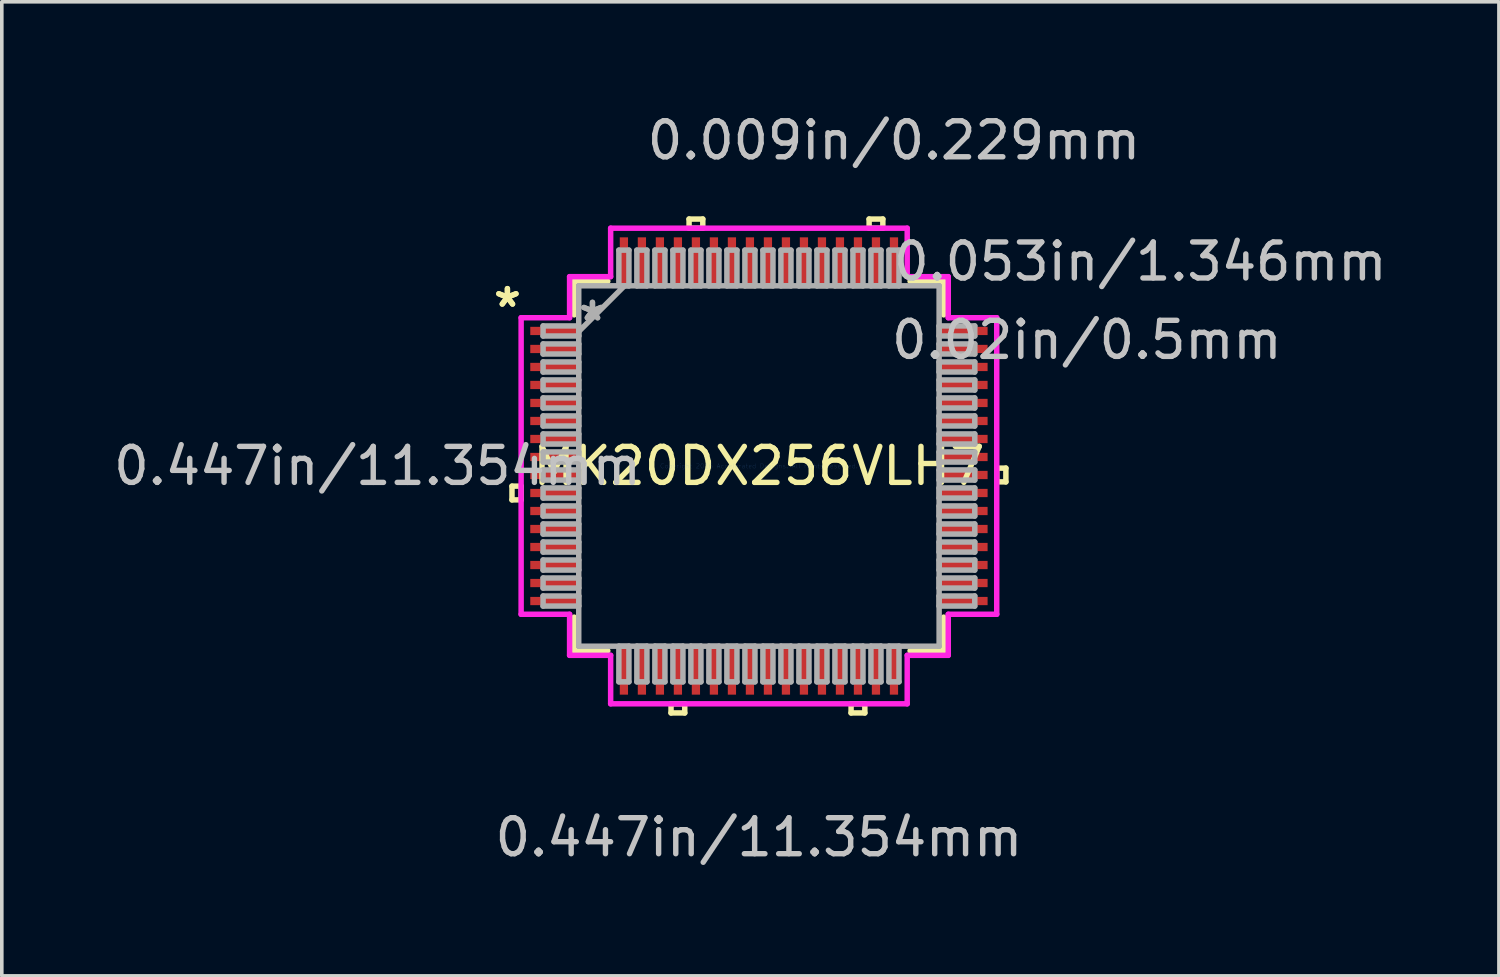
<source format=kicad_pcb>
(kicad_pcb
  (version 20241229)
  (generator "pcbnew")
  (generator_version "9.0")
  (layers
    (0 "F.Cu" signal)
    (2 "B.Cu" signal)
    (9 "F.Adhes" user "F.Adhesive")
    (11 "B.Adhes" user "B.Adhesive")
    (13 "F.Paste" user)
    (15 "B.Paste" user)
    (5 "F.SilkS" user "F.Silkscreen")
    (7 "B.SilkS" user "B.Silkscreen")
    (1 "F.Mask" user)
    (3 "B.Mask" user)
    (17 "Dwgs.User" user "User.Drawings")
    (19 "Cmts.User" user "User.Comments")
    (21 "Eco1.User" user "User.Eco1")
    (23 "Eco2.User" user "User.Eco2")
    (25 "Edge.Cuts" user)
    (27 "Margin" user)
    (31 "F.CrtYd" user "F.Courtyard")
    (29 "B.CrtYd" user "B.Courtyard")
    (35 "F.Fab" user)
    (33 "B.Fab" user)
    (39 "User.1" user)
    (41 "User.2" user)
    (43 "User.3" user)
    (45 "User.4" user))
  (footprint "MK20DX256VLH7"
    (layer "F.Cu")
    (at 18.026 9.891)
    (property "Reference" "MK20DX256VLH7" (at 0 0 0) (layer "F.SilkS") (effects (font (size 1 1) (thickness 0.15))))
    (attr through_hole)
    (fp_line (start -6.858 0.56) (end -6.858 0.941) (stroke (width 0.152) (type solid)) (layer "F.SilkS"))
    (fp_line (start -6.858 0.941) (end -6.604 0.941) (stroke (width 0.152) (type solid)) (layer "F.SilkS"))
    (fp_line (start -6.604 0.56) (end -6.858 0.56) (stroke (width 0.152) (type solid)) (layer "F.SilkS"))
    (fp_line (start -6.604 0.941) (end -6.604 0.56) (stroke (width 0.152) (type solid)) (layer "F.SilkS"))
    (fp_line (start -5.131 -5.131) (end -5.131 -4.197) (stroke (width 0.152) (type solid)) (layer "F.SilkS"))
    (fp_line (start -5.131 4.197) (end -5.131 5.131) (stroke (width 0.152) (type solid)) (layer "F.SilkS"))
    (fp_line (start -5.131 5.131) (end -4.197 5.131) (stroke (width 0.152) (type solid)) (layer "F.SilkS"))
    (fp_line (start -4.197 -5.131) (end -5.131 -5.131) (stroke (width 0.152) (type solid)) (layer "F.SilkS"))
    (fp_line (start -2.441 6.604) (end -2.441 6.858) (stroke (width 0.152) (type solid)) (layer "F.SilkS"))
    (fp_line (start -2.441 6.858) (end -2.06 6.858) (stroke (width 0.152) (type solid)) (layer "F.SilkS"))
    (fp_line (start -2.06 6.604) (end -2.441 6.604) (stroke (width 0.152) (type solid)) (layer "F.SilkS"))
    (fp_line (start -2.06 6.858) (end -2.06 6.604) (stroke (width 0.152) (type solid)) (layer "F.SilkS"))
    (fp_line (start -1.94 -6.858) (end -1.559 -6.858) (stroke (width 0.152) (type solid)) (layer "F.SilkS"))
    (fp_line (start -1.94 -6.604) (end -1.94 -6.858) (stroke (width 0.152) (type solid)) (layer "F.SilkS"))
    (fp_line (start -1.559 -6.858) (end -1.559 -6.604) (stroke (width 0.152) (type solid)) (layer "F.SilkS"))
    (fp_line (start -1.559 -6.604) (end -1.94 -6.604) (stroke (width 0.152) (type solid)) (layer "F.SilkS"))
    (fp_line (start 2.559 6.604) (end 2.559 6.858) (stroke (width 0.152) (type solid)) (layer "F.SilkS"))
    (fp_line (start 2.559 6.858) (end 2.941 6.858) (stroke (width 0.152) (type solid)) (layer "F.SilkS"))
    (fp_line (start 2.941 6.604) (end 2.559 6.604) (stroke (width 0.152) (type solid)) (layer "F.SilkS"))
    (fp_line (start 2.941 6.858) (end 2.941 6.604) (stroke (width 0.152) (type solid)) (layer "F.SilkS"))
    (fp_line (start 3.06 -6.858) (end 3.441 -6.858) (stroke (width 0.152) (type solid)) (layer "F.SilkS"))
    (fp_line (start 3.06 -6.604) (end 3.06 -6.858) (stroke (width 0.152) (type solid)) (layer "F.SilkS"))
    (fp_line (start 3.441 -6.858) (end 3.441 -6.604) (stroke (width 0.152) (type solid)) (layer "F.SilkS"))
    (fp_line (start 3.441 -6.604) (end 3.06 -6.604) (stroke (width 0.152) (type solid)) (layer "F.SilkS"))
    (fp_line (start 4.197 5.131) (end 5.131 5.131) (stroke (width 0.152) (type solid)) (layer "F.SilkS"))
    (fp_line (start 5.131 -5.131) (end 4.197 -5.131) (stroke (width 0.152) (type solid)) (layer "F.SilkS"))
    (fp_line (start 5.131 -4.197) (end 5.131 -5.131) (stroke (width 0.152) (type solid)) (layer "F.SilkS"))
    (fp_line (start 5.131 5.131) (end 5.131 4.197) (stroke (width 0.152) (type solid)) (layer "F.SilkS"))
    (fp_line (start 6.604 0.059) (end 6.858 0.059) (stroke (width 0.152) (type solid)) (layer "F.SilkS"))
    (fp_line (start 6.604 0.441) (end 6.604 0.059) (stroke (width 0.152) (type solid)) (layer "F.SilkS"))
    (fp_line (start 6.858 0.059) (end 6.858 0.441) (stroke (width 0.152) (type solid)) (layer "F.SilkS"))
    (fp_line (start 6.858 0.441) (end 6.604 0.441) (stroke (width 0.152) (type solid)) (layer "F.SilkS"))
    (fp_line (start -6.604 -4.118) (end -5.258 -4.118) (stroke (width 0.152) (type solid)) (layer "F.CrtYd"))
    (fp_line (start -6.604 4.118) (end -6.604 -4.118) (stroke (width 0.152) (type solid)) (layer "F.CrtYd"))
    (fp_line (start -5.258 -5.258) (end -4.118 -5.258) (stroke (width 0.152) (type solid)) (layer "F.CrtYd"))
    (fp_line (start -5.258 -4.118) (end -5.258 -5.258) (stroke (width 0.152) (type solid)) (layer "F.CrtYd"))
    (fp_line (start -5.258 4.118) (end -6.604 4.118) (stroke (width 0.152) (type solid)) (layer "F.CrtYd"))
    (fp_line (start -5.258 5.258) (end -5.258 4.118) (stroke (width 0.152) (type solid)) (layer "F.CrtYd"))
    (fp_line (start -4.118 -6.604) (end 4.118 -6.604) (stroke (width 0.152) (type solid)) (layer "F.CrtYd"))
    (fp_line (start -4.118 -5.258) (end -4.118 -6.604) (stroke (width 0.152) (type solid)) (layer "F.CrtYd"))
    (fp_line (start -4.118 5.258) (end -5.258 5.258) (stroke (width 0.152) (type solid)) (layer "F.CrtYd"))
    (fp_line (start -4.118 6.604) (end -4.118 5.258) (stroke (width 0.152) (type solid)) (layer "F.CrtYd"))
    (fp_line (start 4.118 -6.604) (end 4.118 -5.258) (stroke (width 0.152) (type solid)) (layer "F.CrtYd"))
    (fp_line (start 4.118 -5.258) (end 5.258 -5.258) (stroke (width 0.152) (type solid)) (layer "F.CrtYd"))
    (fp_line (start 4.118 5.258) (end 4.118 6.604) (stroke (width 0.152) (type solid)) (layer "F.CrtYd"))
    (fp_line (start 4.118 6.604) (end -4.118 6.604) (stroke (width 0.152) (type solid)) (layer "F.CrtYd"))
    (fp_line (start 5.258 -5.258) (end 5.258 -4.118) (stroke (width 0.152) (type solid)) (layer "F.CrtYd"))
    (fp_line (start 5.258 -4.118) (end 6.604 -4.118) (stroke (width 0.152) (type solid)) (layer "F.CrtYd"))
    (fp_line (start 5.258 4.118) (end 5.258 5.258) (stroke (width 0.152) (type solid)) (layer "F.CrtYd"))
    (fp_line (start 5.258 5.258) (end 4.118 5.258) (stroke (width 0.152) (type solid)) (layer "F.CrtYd"))
    (fp_line (start 6.604 -4.118) (end 6.604 4.118) (stroke (width 0.152) (type solid)) (layer "F.CrtYd"))
    (fp_line (start 6.604 4.118) (end 5.258 4.118) (stroke (width 0.152) (type solid)) (layer "F.CrtYd"))
    (fp_line (start -5.994 -3.89) (end -5.994 -3.61) (stroke (width 0.152) (type solid)) (layer "F.Fab"))
    (fp_line (start -5.994 -3.61) (end -5.004 -3.61) (stroke (width 0.152) (type solid)) (layer "F.Fab"))
    (fp_line (start -5.994 -3.39) (end -5.994 -3.11) (stroke (width 0.152) (type solid)) (layer "F.Fab"))
    (fp_line (start -5.994 -3.11) (end -5.004 -3.11) (stroke (width 0.152) (type solid)) (layer "F.Fab"))
    (fp_line (start -5.994 -2.89) (end -5.994 -2.61) (stroke (width 0.152) (type solid)) (layer "F.Fab"))
    (fp_line (start -5.994 -2.61) (end -5.004 -2.61) (stroke (width 0.152) (type solid)) (layer "F.Fab"))
    (fp_line (start -5.994 -2.39) (end -5.994 -2.11) (stroke (width 0.152) (type solid)) (layer "F.Fab"))
    (fp_line (start -5.994 -2.11) (end -5.004 -2.11) (stroke (width 0.152) (type solid)) (layer "F.Fab"))
    (fp_line (start -5.994 -1.89) (end -5.994 -1.61) (stroke (width 0.152) (type solid)) (layer "F.Fab"))
    (fp_line (start -5.994 -1.61) (end -5.004 -1.61) (stroke (width 0.152) (type solid)) (layer "F.Fab"))
    (fp_line (start -5.994 -1.39) (end -5.994 -1.11) (stroke (width 0.152) (type solid)) (layer "F.Fab"))
    (fp_line (start -5.994 -1.11) (end -5.004 -1.11) (stroke (width 0.152) (type solid)) (layer "F.Fab"))
    (fp_line (start -5.994 -0.89) (end -5.994 -0.61) (stroke (width 0.152) (type solid)) (layer "F.Fab"))
    (fp_line (start -5.994 -0.61) (end -5.004 -0.61) (stroke (width 0.152) (type solid)) (layer "F.Fab"))
    (fp_line (start -5.994 -0.39) (end -5.994 -0.11) (stroke (width 0.152) (type solid)) (layer "F.Fab"))
    (fp_line (start -5.994 -0.11) (end -5.004 -0.11) (stroke (width 0.152) (type solid)) (layer "F.Fab"))
    (fp_line (start -5.994 0.11) (end -5.994 0.39) (stroke (width 0.152) (type solid)) (layer "F.Fab"))
    (fp_line (start -5.994 0.39) (end -5.004 0.39) (stroke (width 0.152) (type solid)) (layer "F.Fab"))
    (fp_line (start -5.994 0.61) (end -5.994 0.89) (stroke (width 0.152) (type solid)) (layer "F.Fab"))
    (fp_line (start -5.994 0.89) (end -5.004 0.89) (stroke (width 0.152) (type solid)) (layer "F.Fab"))
    (fp_line (start -5.994 1.11) (end -5.994 1.39) (stroke (width 0.152) (type solid)) (layer "F.Fab"))
    (fp_line (start -5.994 1.39) (end -5.004 1.39) (stroke (width 0.152) (type solid)) (layer "F.Fab"))
    (fp_line (start -5.994 1.61) (end -5.994 1.89) (stroke (width 0.152) (type solid)) (layer "F.Fab"))
    (fp_line (start -5.994 1.89) (end -5.004 1.89) (stroke (width 0.152) (type solid)) (layer "F.Fab"))
    (fp_line (start -5.994 2.11) (end -5.994 2.39) (stroke (width 0.152) (type solid)) (layer "F.Fab"))
    (fp_line (start -5.994 2.39) (end -5.004 2.39) (stroke (width 0.152) (type solid)) (layer "F.Fab"))
    (fp_line (start -5.994 2.61) (end -5.994 2.89) (stroke (width 0.152) (type solid)) (layer "F.Fab"))
    (fp_line (start -5.994 2.89) (end -5.004 2.89) (stroke (width 0.152) (type solid)) (layer "F.Fab"))
    (fp_line (start -5.994 3.11) (end -5.994 3.39) (stroke (width 0.152) (type solid)) (layer "F.Fab"))
    (fp_line (start -5.994 3.39) (end -5.004 3.39) (stroke (width 0.152) (type solid)) (layer "F.Fab"))
    (fp_line (start -5.994 3.61) (end -5.994 3.89) (stroke (width 0.152) (type solid)) (layer "F.Fab"))
    (fp_line (start -5.994 3.89) (end -5.004 3.89) (stroke (width 0.152) (type solid)) (layer "F.Fab"))
    (fp_line (start -5.004 -5.004) (end -5.004 -5.004) (stroke (width 0.152) (type solid)) (layer "F.Fab"))
    (fp_line (start -5.004 -5.004) (end -5.004 5.004) (stroke (width 0.152) (type solid)) (layer "F.Fab"))
    (fp_line (start -5.004 -3.89) (end -5.994 -3.89) (stroke (width 0.152) (type solid)) (layer "F.Fab"))
    (fp_line (start -5.004 -3.734) (end -3.734 -5.004) (stroke (width 0.152) (type solid)) (layer "F.Fab"))
    (fp_line (start -5.004 -3.61) (end -5.004 -3.89) (stroke (width 0.152) (type solid)) (layer "F.Fab"))
    (fp_line (start -5.004 -3.39) (end -5.994 -3.39) (stroke (width 0.152) (type solid)) (layer "F.Fab"))
    (fp_line (start -5.004 -3.11) (end -5.004 -3.39) (stroke (width 0.152) (type solid)) (layer "F.Fab"))
    (fp_line (start -5.004 -2.89) (end -5.994 -2.89) (stroke (width 0.152) (type solid)) (layer "F.Fab"))
    (fp_line (start -5.004 -2.61) (end -5.004 -2.89) (stroke (width 0.152) (type solid)) (layer "F.Fab"))
    (fp_line (start -5.004 -2.39) (end -5.994 -2.39) (stroke (width 0.152) (type solid)) (layer "F.Fab"))
    (fp_line (start -5.004 -2.11) (end -5.004 -2.39) (stroke (width 0.152) (type solid)) (layer "F.Fab"))
    (fp_line (start -5.004 -1.89) (end -5.994 -1.89) (stroke (width 0.152) (type solid)) (layer "F.Fab"))
    (fp_line (start -5.004 -1.61) (end -5.004 -1.89) (stroke (width 0.152) (type solid)) (layer "F.Fab"))
    (fp_line (start -5.004 -1.39) (end -5.994 -1.39) (stroke (width 0.152) (type solid)) (layer "F.Fab"))
    (fp_line (start -5.004 -1.11) (end -5.004 -1.39) (stroke (width 0.152) (type solid)) (layer "F.Fab"))
    (fp_line (start -5.004 -0.89) (end -5.994 -0.89) (stroke (width 0.152) (type solid)) (layer "F.Fab"))
    (fp_line (start -5.004 -0.61) (end -5.004 -0.89) (stroke (width 0.152) (type solid)) (layer "F.Fab"))
    (fp_line (start -5.004 -0.39) (end -5.994 -0.39) (stroke (width 0.152) (type solid)) (layer "F.Fab"))
    (fp_line (start -5.004 -0.11) (end -5.004 -0.39) (stroke (width 0.152) (type solid)) (layer "F.Fab"))
    (fp_line (start -5.004 0.11) (end -5.994 0.11) (stroke (width 0.152) (type solid)) (layer "F.Fab"))
    (fp_line (start -5.004 0.39) (end -5.004 0.11) (stroke (width 0.152) (type solid)) (layer "F.Fab"))
    (fp_line (start -5.004 0.61) (end -5.994 0.61) (stroke (width 0.152) (type solid)) (layer "F.Fab"))
    (fp_line (start -5.004 0.89) (end -5.004 0.61) (stroke (width 0.152) (type solid)) (layer "F.Fab"))
    (fp_line (start -5.004 1.11) (end -5.994 1.11) (stroke (width 0.152) (type solid)) (layer "F.Fab"))
    (fp_line (start -5.004 1.39) (end -5.004 1.11) (stroke (width 0.152) (type solid)) (layer "F.Fab"))
    (fp_line (start -5.004 1.61) (end -5.994 1.61) (stroke (width 0.152) (type solid)) (layer "F.Fab"))
    (fp_line (start -5.004 1.89) (end -5.004 1.61) (stroke (width 0.152) (type solid)) (layer "F.Fab"))
    (fp_line (start -5.004 2.11) (end -5.994 2.11) (stroke (width 0.152) (type solid)) (layer "F.Fab"))
    (fp_line (start -5.004 2.39) (end -5.004 2.11) (stroke (width 0.152) (type solid)) (layer "F.Fab"))
    (fp_line (start -5.004 2.61) (end -5.994 2.61) (stroke (width 0.152) (type solid)) (layer "F.Fab"))
    (fp_line (start -5.004 2.89) (end -5.004 2.61) (stroke (width 0.152) (type solid)) (layer "F.Fab"))
    (fp_line (start -5.004 3.11) (end -5.994 3.11) (stroke (width 0.152) (type solid)) (layer "F.Fab"))
    (fp_line (start -5.004 3.39) (end -5.004 3.11) (stroke (width 0.152) (type solid)) (layer "F.Fab"))
    (fp_line (start -5.004 3.61) (end -5.994 3.61) (stroke (width 0.152) (type solid)) (layer "F.Fab"))
    (fp_line (start -5.004 3.89) (end -5.004 3.61) (stroke (width 0.152) (type solid)) (layer "F.Fab"))
    (fp_line (start -5.004 5.004) (end -5.004 5.004) (stroke (width 0.152) (type solid)) (layer "F.Fab"))
    (fp_line (start -5.004 5.004) (end 5.004 5.004) (stroke (width 0.152) (type solid)) (layer "F.Fab"))
    (fp_line (start -3.89 -5.994) (end -3.89 -5.004) (stroke (width 0.152) (type solid)) (layer "F.Fab"))
    (fp_line (start -3.89 -5.004) (end -3.61 -5.004) (stroke (width 0.152) (type solid)) (layer "F.Fab"))
    (fp_line (start -3.89 5.004) (end -3.89 5.994) (stroke (width 0.152) (type solid)) (layer "F.Fab"))
    (fp_line (start -3.89 5.994) (end -3.61 5.994) (stroke (width 0.152) (type solid)) (layer "F.Fab"))
    (fp_line (start -3.61 -5.994) (end -3.89 -5.994) (stroke (width 0.152) (type solid)) (layer "F.Fab"))
    (fp_line (start -3.61 -5.004) (end -3.61 -5.994) (stroke (width 0.152) (type solid)) (layer "F.Fab"))
    (fp_line (start -3.61 5.004) (end -3.89 5.004) (stroke (width 0.152) (type solid)) (layer "F.Fab"))
    (fp_line (start -3.61 5.994) (end -3.61 5.004) (stroke (width 0.152) (type solid)) (layer "F.Fab"))
    (fp_line (start -3.39 -5.994) (end -3.39 -5.004) (stroke (width 0.152) (type solid)) (layer "F.Fab"))
    (fp_line (start -3.39 -5.004) (end -3.11 -5.004) (stroke (width 0.152) (type solid)) (layer "F.Fab"))
    (fp_line (start -3.39 5.004) (end -3.39 5.994) (stroke (width 0.152) (type solid)) (layer "F.Fab"))
    (fp_line (start -3.39 5.994) (end -3.11 5.994) (stroke (width 0.152) (type solid)) (layer "F.Fab"))
    (fp_line (start -3.11 -5.994) (end -3.39 -5.994) (stroke (width 0.152) (type solid)) (layer "F.Fab"))
    (fp_line (start -3.11 -5.004) (end -3.11 -5.994) (stroke (width 0.152) (type solid)) (layer "F.Fab"))
    (fp_line (start -3.11 5.004) (end -3.39 5.004) (stroke (width 0.152) (type solid)) (layer "F.Fab"))
    (fp_line (start -3.11 5.994) (end -3.11 5.004) (stroke (width 0.152) (type solid)) (layer "F.Fab"))
    (fp_line (start -2.89 -5.994) (end -2.89 -5.004) (stroke (width 0.152) (type solid)) (layer "F.Fab"))
    (fp_line (start -2.89 -5.004) (end -2.61 -5.004) (stroke (width 0.152) (type solid)) (layer "F.Fab"))
    (fp_line (start -2.89 5.004) (end -2.89 5.994) (stroke (width 0.152) (type solid)) (layer "F.Fab"))
    (fp_line (start -2.89 5.994) (end -2.61 5.994) (stroke (width 0.152) (type solid)) (layer "F.Fab"))
    (fp_line (start -2.61 -5.994) (end -2.89 -5.994) (stroke (width 0.152) (type solid)) (layer "F.Fab"))
    (fp_line (start -2.61 -5.004) (end -2.61 -5.994) (stroke (width 0.152) (type solid)) (layer "F.Fab"))
    (fp_line (start -2.61 5.004) (end -2.89 5.004) (stroke (width 0.152) (type solid)) (layer "F.Fab"))
    (fp_line (start -2.61 5.994) (end -2.61 5.004) (stroke (width 0.152) (type solid)) (layer "F.Fab"))
    (fp_line (start -2.39 -5.994) (end -2.39 -5.004) (stroke (width 0.152) (type solid)) (layer "F.Fab"))
    (fp_line (start -2.39 -5.004) (end -2.11 -5.004) (stroke (width 0.152) (type solid)) (layer "F.Fab"))
    (fp_line (start -2.39 5.004) (end -2.39 5.994) (stroke (width 0.152) (type solid)) (layer "F.Fab"))
    (fp_line (start -2.39 5.994) (end -2.11 5.994) (stroke (width 0.152) (type solid)) (layer "F.Fab"))
    (fp_line (start -2.11 -5.994) (end -2.39 -5.994) (stroke (width 0.152) (type solid)) (layer "F.Fab"))
    (fp_line (start -2.11 -5.004) (end -2.11 -5.994) (stroke (width 0.152) (type solid)) (layer "F.Fab"))
    (fp_line (start -2.11 5.004) (end -2.39 5.004) (stroke (width 0.152) (type solid)) (layer "F.Fab"))
    (fp_line (start -2.11 5.994) (end -2.11 5.004) (stroke (width 0.152) (type solid)) (layer "F.Fab"))
    (fp_line (start -1.89 -5.994) (end -1.89 -5.004) (stroke (width 0.152) (type solid)) (layer "F.Fab"))
    (fp_line (start -1.89 -5.004) (end -1.61 -5.004) (stroke (width 0.152) (type solid)) (layer "F.Fab"))
    (fp_line (start -1.89 5.004) (end -1.89 5.994) (stroke (width 0.152) (type solid)) (layer "F.Fab"))
    (fp_line (start -1.89 5.994) (end -1.61 5.994) (stroke (width 0.152) (type solid)) (layer "F.Fab"))
    (fp_line (start -1.61 -5.994) (end -1.89 -5.994) (stroke (width 0.152) (type solid)) (layer "F.Fab"))
    (fp_line (start -1.61 -5.004) (end -1.61 -5.994) (stroke (width 0.152) (type solid)) (layer "F.Fab"))
    (fp_line (start -1.61 5.004) (end -1.89 5.004) (stroke (width 0.152) (type solid)) (layer "F.Fab"))
    (fp_line (start -1.61 5.994) (end -1.61 5.004) (stroke (width 0.152) (type solid)) (layer "F.Fab"))
    (fp_line (start -1.39 -5.994) (end -1.39 -5.004) (stroke (width 0.152) (type solid)) (layer "F.Fab"))
    (fp_line (start -1.39 -5.004) (end -1.11 -5.004) (stroke (width 0.152) (type solid)) (layer "F.Fab"))
    (fp_line (start -1.39 5.004) (end -1.39 5.994) (stroke (width 0.152) (type solid)) (layer "F.Fab"))
    (fp_line (start -1.39 5.994) (end -1.11 5.994) (stroke (width 0.152) (type solid)) (layer "F.Fab"))
    (fp_line (start -1.11 -5.994) (end -1.39 -5.994) (stroke (width 0.152) (type solid)) (layer "F.Fab"))
    (fp_line (start -1.11 -5.004) (end -1.11 -5.994) (stroke (width 0.152) (type solid)) (layer "F.Fab"))
    (fp_line (start -1.11 5.004) (end -1.39 5.004) (stroke (width 0.152) (type solid)) (layer "F.Fab"))
    (fp_line (start -1.11 5.994) (end -1.11 5.004) (stroke (width 0.152) (type solid)) (layer "F.Fab"))
    (fp_line (start -0.89 -5.994) (end -0.89 -5.004) (stroke (width 0.152) (type solid)) (layer "F.Fab"))
    (fp_line (start -0.89 -5.004) (end -0.61 -5.004) (stroke (width 0.152) (type solid)) (layer "F.Fab"))
    (fp_line (start -0.89 5.004) (end -0.89 5.994) (stroke (width 0.152) (type solid)) (layer "F.Fab"))
    (fp_line (start -0.89 5.994) (end -0.61 5.994) (stroke (width 0.152) (type solid)) (layer "F.Fab"))
    (fp_line (start -0.61 -5.994) (end -0.89 -5.994) (stroke (width 0.152) (type solid)) (layer "F.Fab"))
    (fp_line (start -0.61 -5.004) (end -0.61 -5.994) (stroke (width 0.152) (type solid)) (layer "F.Fab"))
    (fp_line (start -0.61 5.004) (end -0.89 5.004) (stroke (width 0.152) (type solid)) (layer "F.Fab"))
    (fp_line (start -0.61 5.994) (end -0.61 5.004) (stroke (width 0.152) (type solid)) (layer "F.Fab"))
    (fp_line (start -0.39 -5.994) (end -0.39 -5.004) (stroke (width 0.152) (type solid)) (layer "F.Fab"))
    (fp_line (start -0.39 -5.004) (end -0.11 -5.004) (stroke (width 0.152) (type solid)) (layer "F.Fab"))
    (fp_line (start -0.39 5.004) (end -0.39 5.994) (stroke (width 0.152) (type solid)) (layer "F.Fab"))
    (fp_line (start -0.39 5.994) (end -0.11 5.994) (stroke (width 0.152) (type solid)) (layer "F.Fab"))
    (fp_line (start -0.11 -5.994) (end -0.39 -5.994) (stroke (width 0.152) (type solid)) (layer "F.Fab"))
    (fp_line (start -0.11 -5.004) (end -0.11 -5.994) (stroke (width 0.152) (type solid)) (layer "F.Fab"))
    (fp_line (start -0.11 5.004) (end -0.39 5.004) (stroke (width 0.152) (type solid)) (layer "F.Fab"))
    (fp_line (start -0.11 5.994) (end -0.11 5.004) (stroke (width 0.152) (type solid)) (layer "F.Fab"))
    (fp_line (start 0.11 -5.994) (end 0.11 -5.004) (stroke (width 0.152) (type solid)) (layer "F.Fab"))
    (fp_line (start 0.11 -5.004) (end 0.39 -5.004) (stroke (width 0.152) (type solid)) (layer "F.Fab"))
    (fp_line (start 0.11 5.004) (end 0.11 5.994) (stroke (width 0.152) (type solid)) (layer "F.Fab"))
    (fp_line (start 0.11 5.994) (end 0.39 5.994) (stroke (width 0.152) (type solid)) (layer "F.Fab"))
    (fp_line (start 0.39 -5.994) (end 0.11 -5.994) (stroke (width 0.152) (type solid)) (layer "F.Fab"))
    (fp_line (start 0.39 -5.004) (end 0.39 -5.994) (stroke (width 0.152) (type solid)) (layer "F.Fab"))
    (fp_line (start 0.39 5.004) (end 0.11 5.004) (stroke (width 0.152) (type solid)) (layer "F.Fab"))
    (fp_line (start 0.39 5.994) (end 0.39 5.004) (stroke (width 0.152) (type solid)) (layer "F.Fab"))
    (fp_line (start 0.61 -5.994) (end 0.61 -5.004) (stroke (width 0.152) (type solid)) (layer "F.Fab"))
    (fp_line (start 0.61 -5.004) (end 0.89 -5.004) (stroke (width 0.152) (type solid)) (layer "F.Fab"))
    (fp_line (start 0.61 5.004) (end 0.61 5.994) (stroke (width 0.152) (type solid)) (layer "F.Fab"))
    (fp_line (start 0.61 5.994) (end 0.89 5.994) (stroke (width 0.152) (type solid)) (layer "F.Fab"))
    (fp_line (start 0.89 -5.994) (end 0.61 -5.994) (stroke (width 0.152) (type solid)) (layer "F.Fab"))
    (fp_line (start 0.89 -5.004) (end 0.89 -5.994) (stroke (width 0.152) (type solid)) (layer "F.Fab"))
    (fp_line (start 0.89 5.004) (end 0.61 5.004) (stroke (width 0.152) (type solid)) (layer "F.Fab"))
    (fp_line (start 0.89 5.994) (end 0.89 5.004) (stroke (width 0.152) (type solid)) (layer "F.Fab"))
    (fp_line (start 1.11 -5.994) (end 1.11 -5.004) (stroke (width 0.152) (type solid)) (layer "F.Fab"))
    (fp_line (start 1.11 -5.004) (end 1.39 -5.004) (stroke (width 0.152) (type solid)) (layer "F.Fab"))
    (fp_line (start 1.11 5.004) (end 1.11 5.994) (stroke (width 0.152) (type solid)) (layer "F.Fab"))
    (fp_line (start 1.11 5.994) (end 1.39 5.994) (stroke (width 0.152) (type solid)) (layer "F.Fab"))
    (fp_line (start 1.39 -5.994) (end 1.11 -5.994) (stroke (width 0.152) (type solid)) (layer "F.Fab"))
    (fp_line (start 1.39 -5.004) (end 1.39 -5.994) (stroke (width 0.152) (type solid)) (layer "F.Fab"))
    (fp_line (start 1.39 5.004) (end 1.11 5.004) (stroke (width 0.152) (type solid)) (layer "F.Fab"))
    (fp_line (start 1.39 5.994) (end 1.39 5.004) (stroke (width 0.152) (type solid)) (layer "F.Fab"))
    (fp_line (start 1.61 -5.994) (end 1.61 -5.004) (stroke (width 0.152) (type solid)) (layer "F.Fab"))
    (fp_line (start 1.61 -5.004) (end 1.89 -5.004) (stroke (width 0.152) (type solid)) (layer "F.Fab"))
    (fp_line (start 1.61 5.004) (end 1.61 5.994) (stroke (width 0.152) (type solid)) (layer "F.Fab"))
    (fp_line (start 1.61 5.994) (end 1.89 5.994) (stroke (width 0.152) (type solid)) (layer "F.Fab"))
    (fp_line (start 1.89 -5.994) (end 1.61 -5.994) (stroke (width 0.152) (type solid)) (layer "F.Fab"))
    (fp_line (start 1.89 -5.004) (end 1.89 -5.994) (stroke (width 0.152) (type solid)) (layer "F.Fab"))
    (fp_line (start 1.89 5.004) (end 1.61 5.004) (stroke (width 0.152) (type solid)) (layer "F.Fab"))
    (fp_line (start 1.89 5.994) (end 1.89 5.004) (stroke (width 0.152) (type solid)) (layer "F.Fab"))
    (fp_line (start 2.11 -5.994) (end 2.11 -5.004) (stroke (width 0.152) (type solid)) (layer "F.Fab"))
    (fp_line (start 2.11 -5.004) (end 2.39 -5.004) (stroke (width 0.152) (type solid)) (layer "F.Fab"))
    (fp_line (start 2.11 5.004) (end 2.11 5.994) (stroke (width 0.152) (type solid)) (layer "F.Fab"))
    (fp_line (start 2.11 5.994) (end 2.39 5.994) (stroke (width 0.152) (type solid)) (layer "F.Fab"))
    (fp_line (start 2.39 -5.994) (end 2.11 -5.994) (stroke (width 0.152) (type solid)) (layer "F.Fab"))
    (fp_line (start 2.39 -5.004) (end 2.39 -5.994) (stroke (width 0.152) (type solid)) (layer "F.Fab"))
    (fp_line (start 2.39 5.004) (end 2.11 5.004) (stroke (width 0.152) (type solid)) (layer "F.Fab"))
    (fp_line (start 2.39 5.994) (end 2.39 5.004) (stroke (width 0.152) (type solid)) (layer "F.Fab"))
    (fp_line (start 2.61 -5.994) (end 2.61 -5.004) (stroke (width 0.152) (type solid)) (layer "F.Fab"))
    (fp_line (start 2.61 -5.004) (end 2.89 -5.004) (stroke (width 0.152) (type solid)) (layer "F.Fab"))
    (fp_line (start 2.61 5.004) (end 2.61 5.994) (stroke (width 0.152) (type solid)) (layer "F.Fab"))
    (fp_line (start 2.61 5.994) (end 2.89 5.994) (stroke (width 0.152) (type solid)) (layer "F.Fab"))
    (fp_line (start 2.89 -5.994) (end 2.61 -5.994) (stroke (width 0.152) (type solid)) (layer "F.Fab"))
    (fp_line (start 2.89 -5.004) (end 2.89 -5.994) (stroke (width 0.152) (type solid)) (layer "F.Fab"))
    (fp_line (start 2.89 5.004) (end 2.61 5.004) (stroke (width 0.152) (type solid)) (layer "F.Fab"))
    (fp_line (start 2.89 5.994) (end 2.89 5.004) (stroke (width 0.152) (type solid)) (layer "F.Fab"))
    (fp_line (start 3.11 -5.994) (end 3.11 -5.004) (stroke (width 0.152) (type solid)) (layer "F.Fab"))
    (fp_line (start 3.11 -5.004) (end 3.39 -5.004) (stroke (width 0.152) (type solid)) (layer "F.Fab"))
    (fp_line (start 3.11 5.004) (end 3.11 5.994) (stroke (width 0.152) (type solid)) (layer "F.Fab"))
    (fp_line (start 3.11 5.994) (end 3.39 5.994) (stroke (width 0.152) (type solid)) (layer "F.Fab"))
    (fp_line (start 3.39 -5.994) (end 3.11 -5.994) (stroke (width 0.152) (type solid)) (layer "F.Fab"))
    (fp_line (start 3.39 -5.004) (end 3.39 -5.994) (stroke (width 0.152) (type solid)) (layer "F.Fab"))
    (fp_line (start 3.39 5.004) (end 3.11 5.004) (stroke (width 0.152) (type solid)) (layer "F.Fab"))
    (fp_line (start 3.39 5.994) (end 3.39 5.004) (stroke (width 0.152) (type solid)) (layer "F.Fab"))
    (fp_line (start 3.61 -5.994) (end 3.61 -5.004) (stroke (width 0.152) (type solid)) (layer "F.Fab"))
    (fp_line (start 3.61 -5.004) (end 3.89 -5.004) (stroke (width 0.152) (type solid)) (layer "F.Fab"))
    (fp_line (start 3.61 5.004) (end 3.61 5.994) (stroke (width 0.152) (type solid)) (layer "F.Fab"))
    (fp_line (start 3.61 5.994) (end 3.89 5.994) (stroke (width 0.152) (type solid)) (layer "F.Fab"))
    (fp_line (start 3.89 -5.994) (end 3.61 -5.994) (stroke (width 0.152) (type solid)) (layer "F.Fab"))
    (fp_line (start 3.89 -5.004) (end 3.89 -5.994) (stroke (width 0.152) (type solid)) (layer "F.Fab"))
    (fp_line (start 3.89 5.004) (end 3.61 5.004) (stroke (width 0.152) (type solid)) (layer "F.Fab"))
    (fp_line (start 3.89 5.994) (end 3.89 5.004) (stroke (width 0.152) (type solid)) (layer "F.Fab"))
    (fp_line (start 5.004 -5.004) (end -5.004 -5.004) (stroke (width 0.152) (type solid)) (layer "F.Fab"))
    (fp_line (start 5.004 -5.004) (end 5.004 -5.004) (stroke (width 0.152) (type solid)) (layer "F.Fab"))
    (fp_line (start 5.004 -3.89) (end 5.004 -3.61) (stroke (width 0.152) (type solid)) (layer "F.Fab"))
    (fp_line (start 5.004 -3.61) (end 5.994 -3.61) (stroke (width 0.152) (type solid)) (layer "F.Fab"))
    (fp_line (start 5.004 -3.39) (end 5.004 -3.11) (stroke (width 0.152) (type solid)) (layer "F.Fab"))
    (fp_line (start 5.004 -3.11) (end 5.994 -3.11) (stroke (width 0.152) (type solid)) (layer "F.Fab"))
    (fp_line (start 5.004 -2.89) (end 5.004 -2.61) (stroke (width 0.152) (type solid)) (layer "F.Fab"))
    (fp_line (start 5.004 -2.61) (end 5.994 -2.61) (stroke (width 0.152) (type solid)) (layer "F.Fab"))
    (fp_line (start 5.004 -2.39) (end 5.004 -2.11) (stroke (width 0.152) (type solid)) (layer "F.Fab"))
    (fp_line (start 5.004 -2.11) (end 5.994 -2.11) (stroke (width 0.152) (type solid)) (layer "F.Fab"))
    (fp_line (start 5.004 -1.89) (end 5.004 -1.61) (stroke (width 0.152) (type solid)) (layer "F.Fab"))
    (fp_line (start 5.004 -1.61) (end 5.994 -1.61) (stroke (width 0.152) (type solid)) (layer "F.Fab"))
    (fp_line (start 5.004 -1.39) (end 5.004 -1.11) (stroke (width 0.152) (type solid)) (layer "F.Fab"))
    (fp_line (start 5.004 -1.11) (end 5.994 -1.11) (stroke (width 0.152) (type solid)) (layer "F.Fab"))
    (fp_line (start 5.004 -0.89) (end 5.004 -0.61) (stroke (width 0.152) (type solid)) (layer "F.Fab"))
    (fp_line (start 5.004 -0.61) (end 5.994 -0.61) (stroke (width 0.152) (type solid)) (layer "F.Fab"))
    (fp_line (start 5.004 -0.39) (end 5.004 -0.11) (stroke (width 0.152) (type solid)) (layer "F.Fab"))
    (fp_line (start 5.004 -0.11) (end 5.994 -0.11) (stroke (width 0.152) (type solid)) (layer "F.Fab"))
    (fp_line (start 5.004 0.11) (end 5.004 0.39) (stroke (width 0.152) (type solid)) (layer "F.Fab"))
    (fp_line (start 5.004 0.39) (end 5.994 0.39) (stroke (width 0.152) (type solid)) (layer "F.Fab"))
    (fp_line (start 5.004 0.61) (end 5.004 0.89) (stroke (width 0.152) (type solid)) (layer "F.Fab"))
    (fp_line (start 5.004 0.89) (end 5.994 0.89) (stroke (width 0.152) (type solid)) (layer "F.Fab"))
    (fp_line (start 5.004 1.11) (end 5.004 1.39) (stroke (width 0.152) (type solid)) (layer "F.Fab"))
    (fp_line (start 5.004 1.39) (end 5.994 1.39) (stroke (width 0.152) (type solid)) (layer "F.Fab"))
    (fp_line (start 5.004 1.61) (end 5.004 1.89) (stroke (width 0.152) (type solid)) (layer "F.Fab"))
    (fp_line (start 5.004 1.89) (end 5.994 1.89) (stroke (width 0.152) (type solid)) (layer "F.Fab"))
    (fp_line (start 5.004 2.11) (end 5.004 2.39) (stroke (width 0.152) (type solid)) (layer "F.Fab"))
    (fp_line (start 5.004 2.39) (end 5.994 2.39) (stroke (width 0.152) (type solid)) (layer "F.Fab"))
    (fp_line (start 5.004 2.61) (end 5.004 2.89) (stroke (width 0.152) (type solid)) (layer "F.Fab"))
    (fp_line (start 5.004 2.89) (end 5.994 2.89) (stroke (width 0.152) (type solid)) (layer "F.Fab"))
    (fp_line (start 5.004 3.11) (end 5.004 3.39) (stroke (width 0.152) (type solid)) (layer "F.Fab"))
    (fp_line (start 5.004 3.39) (end 5.994 3.39) (stroke (width 0.152) (type solid)) (layer "F.Fab"))
    (fp_line (start 5.004 3.61) (end 5.004 3.89) (stroke (width 0.152) (type solid)) (layer "F.Fab"))
    (fp_line (start 5.004 3.89) (end 5.994 3.89) (stroke (width 0.152) (type solid)) (layer "F.Fab"))
    (fp_line (start 5.004 5.004) (end 5.004 -5.004) (stroke (width 0.152) (type solid)) (layer "F.Fab"))
    (fp_line (start 5.004 5.004) (end 5.004 5.004) (stroke (width 0.152) (type solid)) (layer "F.Fab"))
    (fp_line (start 5.994 -3.89) (end 5.004 -3.89) (stroke (width 0.152) (type solid)) (layer "F.Fab"))
    (fp_line (start 5.994 -3.61) (end 5.994 -3.89) (stroke (width 0.152) (type solid)) (layer "F.Fab"))
    (fp_line (start 5.994 -3.39) (end 5.004 -3.39) (stroke (width 0.152) (type solid)) (layer "F.Fab"))
    (fp_line (start 5.994 -3.11) (end 5.994 -3.39) (stroke (width 0.152) (type solid)) (layer "F.Fab"))
    (fp_line (start 5.994 -2.89) (end 5.004 -2.89) (stroke (width 0.152) (type solid)) (layer "F.Fab"))
    (fp_line (start 5.994 -2.61) (end 5.994 -2.89) (stroke (width 0.152) (type solid)) (layer "F.Fab"))
    (fp_line (start 5.994 -2.39) (end 5.004 -2.39) (stroke (width 0.152) (type solid)) (layer "F.Fab"))
    (fp_line (start 5.994 -2.11) (end 5.994 -2.39) (stroke (width 0.152) (type solid)) (layer "F.Fab"))
    (fp_line (start 5.994 -1.89) (end 5.004 -1.89) (stroke (width 0.152) (type solid)) (layer "F.Fab"))
    (fp_line (start 5.994 -1.61) (end 5.994 -1.89) (stroke (width 0.152) (type solid)) (layer "F.Fab"))
    (fp_line (start 5.994 -1.39) (end 5.004 -1.39) (stroke (width 0.152) (type solid)) (layer "F.Fab"))
    (fp_line (start 5.994 -1.11) (end 5.994 -1.39) (stroke (width 0.152) (type solid)) (layer "F.Fab"))
    (fp_line (start 5.994 -0.89) (end 5.004 -0.89) (stroke (width 0.152) (type solid)) (layer "F.Fab"))
    (fp_line (start 5.994 -0.61) (end 5.994 -0.89) (stroke (width 0.152) (type solid)) (layer "F.Fab"))
    (fp_line (start 5.994 -0.39) (end 5.004 -0.39) (stroke (width 0.152) (type solid)) (layer "F.Fab"))
    (fp_line (start 5.994 -0.11) (end 5.994 -0.39) (stroke (width 0.152) (type solid)) (layer "F.Fab"))
    (fp_line (start 5.994 0.11) (end 5.004 0.11) (stroke (width 0.152) (type solid)) (layer "F.Fab"))
    (fp_line (start 5.994 0.39) (end 5.994 0.11) (stroke (width 0.152) (type solid)) (layer "F.Fab"))
    (fp_line (start 5.994 0.61) (end 5.004 0.61) (stroke (width 0.152) (type solid)) (layer "F.Fab"))
    (fp_line (start 5.994 0.89) (end 5.994 0.61) (stroke (width 0.152) (type solid)) (layer "F.Fab"))
    (fp_line (start 5.994 1.11) (end 5.004 1.11) (stroke (width 0.152) (type solid)) (layer "F.Fab"))
    (fp_line (start 5.994 1.39) (end 5.994 1.11) (stroke (width 0.152) (type solid)) (layer "F.Fab"))
    (fp_line (start 5.994 1.61) (end 5.004 1.61) (stroke (width 0.152) (type solid)) (layer "F.Fab"))
    (fp_line (start 5.994 1.89) (end 5.994 1.61) (stroke (width 0.152) (type solid)) (layer "F.Fab"))
    (fp_line (start 5.994 2.11) (end 5.004 2.11) (stroke (width 0.152) (type solid)) (layer "F.Fab"))
    (fp_line (start 5.994 2.39) (end 5.994 2.11) (stroke (width 0.152) (type solid)) (layer "F.Fab"))
    (fp_line (start 5.994 2.61) (end 5.004 2.61) (stroke (width 0.152) (type solid)) (layer "F.Fab"))
    (fp_line (start 5.994 2.89) (end 5.994 2.61) (stroke (width 0.152) (type solid)) (layer "F.Fab"))
    (fp_line (start 5.994 3.11) (end 5.004 3.11) (stroke (width 0.152) (type solid)) (layer "F.Fab"))
    (fp_line (start 5.994 3.39) (end 5.994 3.11) (stroke (width 0.152) (type solid)) (layer "F.Fab"))
    (fp_line (start 5.994 3.61) (end 5.004 3.61) (stroke (width 0.152) (type solid)) (layer "F.Fab"))
    (fp_line (start 5.994 3.89) (end 5.994 3.61) (stroke (width 0.152) (type solid)) (layer "F.Fab"))
    (fp_text user "*" (at -6.985 -4.381 0) (layer "F.SilkS") (effects (font (size 1 1) (thickness 0.15))))
    (fp_text user "*" (at -6.985 -4.381 0) (layer "F.SilkS") (effects (font (size 1 1) (thickness 0.15))))
    (fp_text user "0.447in/11.354mm" (at 0 10.312 0) (layer "Dwgs.User") (effects (font (size 1 1) (thickness 0.15))))
    (fp_text user "0.447in/11.354mm" (at -10.592 0 0) (layer "Dwgs.User") (effects (font (size 1 1) (thickness 0.15))))
    (fp_text user "0.009in/0.229mm" (at 3.75 -9.042 0) (layer "Dwgs.User") (effects (font (size 1 1) (thickness 0.15))))
    (fp_text user "0.053in/1.346mm" (at 10.592 -5.677 0) (layer "Dwgs.User") (effects (font (size 1 1) (thickness 0.15))))
    (fp_text user "0.02in/0.5mm" (at 9.106 -3.5 0) (layer "Dwgs.User") (effects (font (size 1 1) (thickness 0.15))))
    (fp_text user "Copyright 2016 Accelerated Designs. All rights reserved." (at 0 0 0) (layer "Cmts.User") (effects (font (size 0.127 0.127) (thickness 0.002))))
    (fp_text user "*" (at -4.623 -4 0) (layer "F.Fab") (effects (font (size 1 1) (thickness 0.15))))
    (fp_text user "*" (at -4.623 -4 0) (layer "F.Fab") (effects (font (size 1 1) (thickness 0.15))))
    (pad "1" smd rect (at -5.677 -3.75 90) (size 0.229 1.346) (layers "F.Cu" "F.Mask" "F.Paste"))
    (pad "2" smd rect (at -5.677 -3.25 90) (size 0.229 1.346) (layers "F.Cu" "F.Mask" "F.Paste"))
    (pad "3" smd rect (at -5.677 -2.75 90) (size 0.229 1.346) (layers "F.Cu" "F.Mask" "F.Paste"))
    (pad "4" smd rect (at -5.677 -2.25 90) (size 0.229 1.346) (layers "F.Cu" "F.Mask" "F.Paste"))
    (pad "5" smd rect (at -5.677 -1.75 90) (size 0.229 1.346) (layers "F.Cu" "F.Mask" "F.Paste"))
    (pad "6" smd rect (at -5.677 -1.25 90) (size 0.229 1.346) (layers "F.Cu" "F.Mask" "F.Paste"))
    (pad "7" smd rect (at -5.677 -0.75 90) (size 0.229 1.346) (layers "F.Cu" "F.Mask" "F.Paste"))
    (pad "8" smd rect (at -5.677 -0.25 90) (size 0.229 1.346) (layers "F.Cu" "F.Mask" "F.Paste"))
    (pad "9" smd rect (at -5.677 0.25 90) (size 0.229 1.346) (layers "F.Cu" "F.Mask" "F.Paste"))
    (pad "10" smd rect (at -5.677 0.75 90) (size 0.229 1.346) (layers "F.Cu" "F.Mask" "F.Paste"))
    (pad "11" smd rect (at -5.677 1.25 90) (size 0.229 1.346) (layers "F.Cu" "F.Mask" "F.Paste"))
    (pad "12" smd rect (at -5.677 1.75 90) (size 0.229 1.346) (layers "F.Cu" "F.Mask" "F.Paste"))
    (pad "13" smd rect (at -5.677 2.25 90) (size 0.229 1.346) (layers "F.Cu" "F.Mask" "F.Paste"))
    (pad "14" smd rect (at -5.677 2.75 90) (size 0.229 1.346) (layers "F.Cu" "F.Mask" "F.Paste"))
    (pad "15" smd rect (at -5.677 3.25 90) (size 0.229 1.346) (layers "F.Cu" "F.Mask" "F.Paste"))
    (pad "16" smd rect (at -5.677 3.75 90) (size 0.229 1.346) (layers "F.Cu" "F.Mask" "F.Paste"))
    (pad "17" smd rect (at -3.75 5.677) (size 0.229 1.346) (layers "F.Cu" "F.Mask" "F.Paste"))
    (pad "18" smd rect (at -3.25 5.677) (size 0.229 1.346) (layers "F.Cu" "F.Mask" "F.Paste"))
    (pad "19" smd rect (at -2.75 5.677) (size 0.229 1.346) (layers "F.Cu" "F.Mask" "F.Paste"))
    (pad "20" smd rect (at -2.25 5.677) (size 0.229 1.346) (layers "F.Cu" "F.Mask" "F.Paste"))
    (pad "21" smd rect (at -1.75 5.677) (size 0.229 1.346) (layers "F.Cu" "F.Mask" "F.Paste"))
    (pad "22" smd rect (at -1.25 5.677) (size 0.229 1.346) (layers "F.Cu" "F.Mask" "F.Paste"))
    (pad "23" smd rect (at -0.75 5.677) (size 0.229 1.346) (layers "F.Cu" "F.Mask" "F.Paste"))
    (pad "24" smd rect (at -0.25 5.677) (size 0.229 1.346) (layers "F.Cu" "F.Mask" "F.Paste"))
    (pad "25" smd rect (at 0.25 5.677) (size 0.229 1.346) (layers "F.Cu" "F.Mask" "F.Paste"))
    (pad "26" smd rect (at 0.75 5.677) (size 0.229 1.346) (layers "F.Cu" "F.Mask" "F.Paste"))
    (pad "27" smd rect (at 1.25 5.677) (size 0.229 1.346) (layers "F.Cu" "F.Mask" "F.Paste"))
    (pad "28" smd rect (at 1.75 5.677) (size 0.229 1.346) (layers "F.Cu" "F.Mask" "F.Paste"))
    (pad "29" smd rect (at 2.25 5.677) (size 0.229 1.346) (layers "F.Cu" "F.Mask" "F.Paste"))
    (pad "30" smd rect (at 2.75 5.677) (size 0.229 1.346) (layers "F.Cu" "F.Mask" "F.Paste"))
    (pad "31" smd rect (at 3.25 5.677) (size 0.229 1.346) (layers "F.Cu" "F.Mask" "F.Paste"))
    (pad "32" smd rect (at 3.75 5.677) (size 0.229 1.346) (layers "F.Cu" "F.Mask" "F.Paste"))
    (pad "33" smd rect (at 5.677 3.75 90) (size 0.229 1.346) (layers "F.Cu" "F.Mask" "F.Paste"))
    (pad "34" smd rect (at 5.677 3.25 90) (size 0.229 1.346) (layers "F.Cu" "F.Mask" "F.Paste"))
    (pad "35" smd rect (at 5.677 2.75 90) (size 0.229 1.346) (layers "F.Cu" "F.Mask" "F.Paste"))
    (pad "36" smd rect (at 5.677 2.25 90) (size 0.229 1.346) (layers "F.Cu" "F.Mask" "F.Paste"))
    (pad "37" smd rect (at 5.677 1.75 90) (size 0.229 1.346) (layers "F.Cu" "F.Mask" "F.Paste"))
    (pad "38" smd rect (at 5.677 1.25 90) (size 0.229 1.346) (layers "F.Cu" "F.Mask" "F.Paste"))
    (pad "39" smd rect (at 5.677 0.75 90) (size 0.229 1.346) (layers "F.Cu" "F.Mask" "F.Paste"))
    (pad "40" smd rect (at 5.677 0.25 90) (size 0.229 1.346) (layers "F.Cu" "F.Mask" "F.Paste"))
    (pad "41" smd rect (at 5.677 -0.25 90) (size 0.229 1.346) (layers "F.Cu" "F.Mask" "F.Paste"))
    (pad "42" smd rect (at 5.677 -0.75 90) (size 0.229 1.346) (layers "F.Cu" "F.Mask" "F.Paste"))
    (pad "43" smd rect (at 5.677 -1.25 90) (size 0.229 1.346) (layers "F.Cu" "F.Mask" "F.Paste"))
    (pad "44" smd rect (at 5.677 -1.75 90) (size 0.229 1.346) (layers "F.Cu" "F.Mask" "F.Paste"))
    (pad "45" smd rect (at 5.677 -2.25 90) (size 0.229 1.346) (layers "F.Cu" "F.Mask" "F.Paste"))
    (pad "46" smd rect (at 5.677 -2.75 90) (size 0.229 1.346) (layers "F.Cu" "F.Mask" "F.Paste"))
    (pad "47" smd rect (at 5.677 -3.25 90) (size 0.229 1.346) (layers "F.Cu" "F.Mask" "F.Paste"))
    (pad "48" smd rect (at 5.677 -3.75 90) (size 0.229 1.346) (layers "F.Cu" "F.Mask" "F.Paste"))
    (pad "49" smd rect (at 3.75 -5.677) (size 0.229 1.346) (layers "F.Cu" "F.Mask" "F.Paste"))
    (pad "50" smd rect (at 3.25 -5.677) (size 0.229 1.346) (layers "F.Cu" "F.Mask" "F.Paste"))
    (pad "51" smd rect (at 2.75 -5.677) (size 0.229 1.346) (layers "F.Cu" "F.Mask" "F.Paste"))
    (pad "52" smd rect (at 2.25 -5.677) (size 0.229 1.346) (layers "F.Cu" "F.Mask" "F.Paste"))
    (pad "53" smd rect (at 1.75 -5.677) (size 0.229 1.346) (layers "F.Cu" "F.Mask" "F.Paste"))
    (pad "54" smd rect (at 1.25 -5.677) (size 0.229 1.346) (layers "F.Cu" "F.Mask" "F.Paste"))
    (pad "55" smd rect (at 0.75 -5.677) (size 0.229 1.346) (layers "F.Cu" "F.Mask" "F.Paste"))
    (pad "56" smd rect (at 0.25 -5.677) (size 0.229 1.346) (layers "F.Cu" "F.Mask" "F.Paste"))
    (pad "57" smd rect (at -0.25 -5.677) (size 0.229 1.346) (layers "F.Cu" "F.Mask" "F.Paste"))
    (pad "58" smd rect (at -0.75 -5.677) (size 0.229 1.346) (layers "F.Cu" "F.Mask" "F.Paste"))
    (pad "59" smd rect (at -1.25 -5.677) (size 0.229 1.346) (layers "F.Cu" "F.Mask" "F.Paste"))
    (pad "60" smd rect (at -1.75 -5.677) (size 0.229 1.346) (layers "F.Cu" "F.Mask" "F.Paste"))
    (pad "61" smd rect (at -2.25 -5.677) (size 0.229 1.346) (layers "F.Cu" "F.Mask" "F.Paste"))
    (pad "62" smd rect (at -2.75 -5.677) (size 0.229 1.346) (layers "F.Cu" "F.Mask" "F.Paste"))
    (pad "63" smd rect (at -3.25 -5.677) (size 0.229 1.346) (layers "F.Cu" "F.Mask" "F.Paste"))
    (pad "64" smd rect (at -3.75 -5.677) (size 0.229 1.346) (layers "F.Cu" "F.Mask" "F.Paste")))
  (gr_rect
    (start -3 -3)
    (end 38.576 24.051)
    (stroke (width 0.1) (type default))
    (fill no)
    (layer "Edge.Cuts")))
</source>
